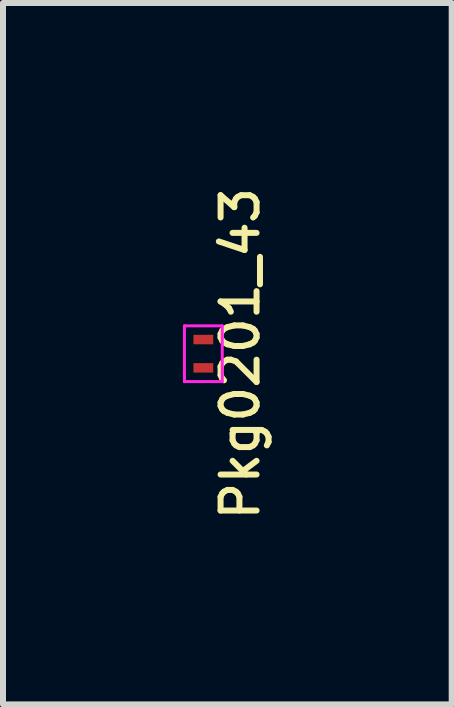
<source format=kicad_pcb>
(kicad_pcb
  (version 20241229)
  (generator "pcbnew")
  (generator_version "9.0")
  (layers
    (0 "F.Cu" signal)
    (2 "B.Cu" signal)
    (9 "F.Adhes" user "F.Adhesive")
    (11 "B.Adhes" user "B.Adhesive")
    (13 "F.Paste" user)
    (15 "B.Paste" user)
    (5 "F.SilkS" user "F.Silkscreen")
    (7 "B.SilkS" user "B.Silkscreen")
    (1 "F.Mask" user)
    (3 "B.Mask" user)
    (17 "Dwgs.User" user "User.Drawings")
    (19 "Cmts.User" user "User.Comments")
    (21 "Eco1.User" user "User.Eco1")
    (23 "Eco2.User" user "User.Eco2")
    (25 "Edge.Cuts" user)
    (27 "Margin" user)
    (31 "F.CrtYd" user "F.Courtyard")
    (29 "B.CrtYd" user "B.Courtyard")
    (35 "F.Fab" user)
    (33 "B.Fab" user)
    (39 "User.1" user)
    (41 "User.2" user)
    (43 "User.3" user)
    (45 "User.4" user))
  (footprint "Pkg0201_43"
    (layer "F.Cu")
    (at 0.34 2.847)
    (property "Reference" "Pkg0201_43" (at 0.615 0 90) (layer "F.SilkS") (effects (font (size 0.6 0.6) (thickness 0.1))))
    (fp_line (start -0.315 -0.465) (end -0.315 0.465) (stroke (width 0.05) (type solid)) (layer "F.CrtYd"))
    (fp_line (start -0.315 0.465) (end 0.315 0.465) (stroke (width 0.05) (type solid)) (layer "F.CrtYd"))
    (fp_line (start 0.315 -0.465) (end -0.315 -0.465) (stroke (width 0.05) (type solid)) (layer "F.CrtYd"))
    (fp_line (start 0.315 0.465) (end 0.315 -0.465) (stroke (width 0.05) (type solid)) (layer "F.CrtYd"))
    (pad "1" smd rect (at 0 -0.236) (size 0.33 0.158) (layers "F.Cu" "F.Mask" "F.Paste"))
    (pad "2" smd rect (at 0 0.236) (size 0.33 0.158) (layers "F.Cu" "F.Mask" "F.Paste")))
  (gr_rect
    (start -3 -3)
    (end 4.481 8.694)
    (stroke (width 0.1) (type default))
    (fill no)
    (layer "Edge.Cuts")))
</source>
